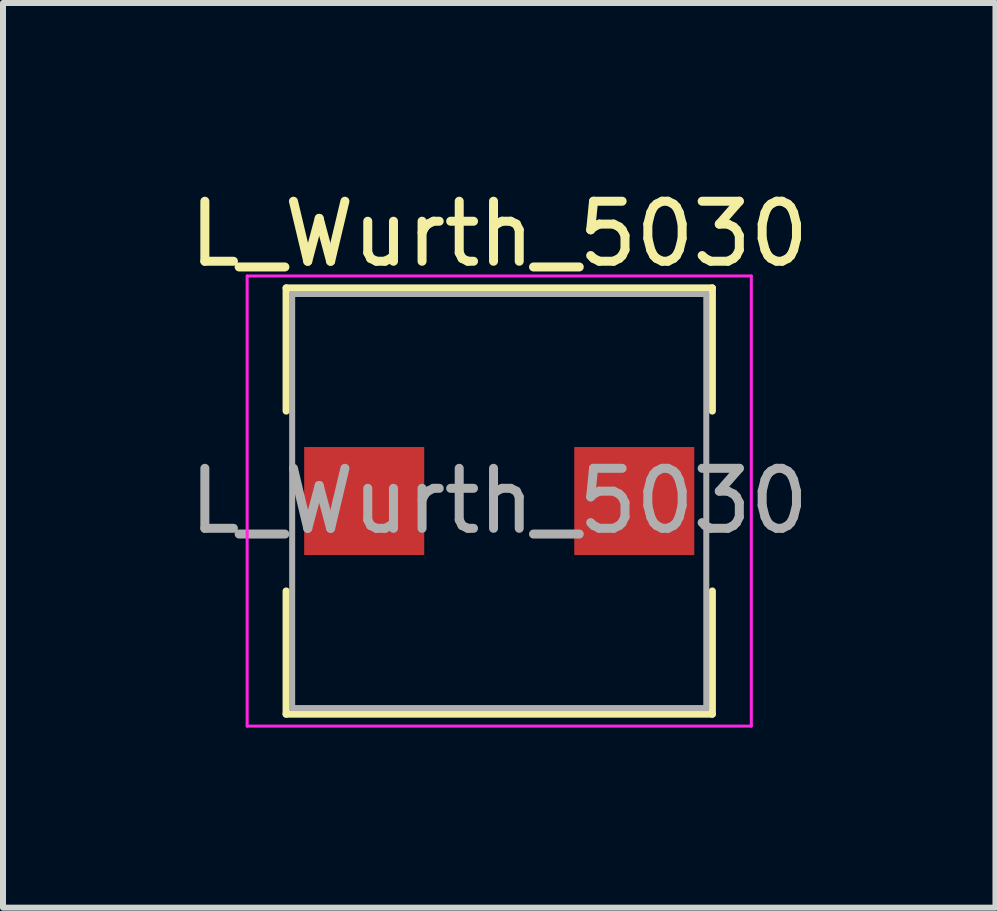
<source format=kicad_pcb>
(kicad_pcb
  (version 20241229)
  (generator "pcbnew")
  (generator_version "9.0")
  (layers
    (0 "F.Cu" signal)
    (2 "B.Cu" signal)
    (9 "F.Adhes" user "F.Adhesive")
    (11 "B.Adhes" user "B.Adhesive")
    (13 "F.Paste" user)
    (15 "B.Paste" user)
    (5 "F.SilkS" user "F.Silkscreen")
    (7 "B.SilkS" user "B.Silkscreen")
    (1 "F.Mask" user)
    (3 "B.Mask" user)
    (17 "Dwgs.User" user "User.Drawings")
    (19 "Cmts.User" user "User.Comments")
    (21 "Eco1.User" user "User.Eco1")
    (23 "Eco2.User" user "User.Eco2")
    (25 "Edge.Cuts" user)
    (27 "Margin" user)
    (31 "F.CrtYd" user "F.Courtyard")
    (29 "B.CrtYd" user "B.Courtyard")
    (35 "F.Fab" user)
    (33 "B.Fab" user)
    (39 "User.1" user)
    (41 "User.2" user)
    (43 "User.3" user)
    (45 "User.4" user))
  (footprint "L_Wurth_5030"
    (layer "F.Cu")
    (at 5.268 5.298)
    (property "Reference" "L_Wurth_5030" (at 0 -4.45 0) (layer "F.SilkS") (effects (font (size 1 1) (thickness 0.15))))
    (attr smd)
    (fp_line (start -3.55 -3.55) (end 3.55 -3.55) (stroke (width 0.12) (type solid)) (layer "F.SilkS"))
    (fp_line (start -3.55 -1.5) (end -3.55 -3.55) (stroke (width 0.12) (type solid)) (layer "F.SilkS"))
    (fp_line (start -3.55 1.5) (end -3.55 3.55) (stroke (width 0.12) (type solid)) (layer "F.SilkS"))
    (fp_line (start -3.55 3.55) (end 3.55 3.55) (stroke (width 0.12) (type solid)) (layer "F.SilkS"))
    (fp_line (start 3.55 -3.55) (end 3.55 -1.5) (stroke (width 0.12) (type solid)) (layer "F.SilkS"))
    (fp_line (start 3.55 3.55) (end 3.55 1.5) (stroke (width 0.12) (type solid)) (layer "F.SilkS"))
    (fp_line (start -4.2 -3.75) (end -4.2 3.75) (stroke (width 0.05) (type solid)) (layer "F.CrtYd"))
    (fp_line (start -4.2 3.75) (end 4.2 3.75) (stroke (width 0.05) (type solid)) (layer "F.CrtYd"))
    (fp_line (start 4.2 -3.75) (end -4.2 -3.75) (stroke (width 0.05) (type solid)) (layer "F.CrtYd"))
    (fp_line (start 4.2 3.75) (end 4.2 -3.75) (stroke (width 0.05) (type solid)) (layer "F.CrtYd"))
    (fp_line (start -3.45 -3.45) (end -3.45 3.45) (stroke (width 0.1) (type solid)) (layer "F.Fab"))
    (fp_line (start -3.45 3.45) (end 3.45 3.45) (stroke (width 0.1) (type solid)) (layer "F.Fab"))
    (fp_line (start 3.45 -3.45) (end -3.45 -3.45) (stroke (width 0.1) (type solid)) (layer "F.Fab"))
    (fp_line (start 3.45 3.45) (end 3.45 -3.45) (stroke (width 0.1) (type solid)) (layer "F.Fab"))
    (fp_text user "${REFERENCE}" (at 0 0 0) (layer "F.Fab") (effects (font (size 1 1) (thickness 0.15))))
    (pad "1" smd rect (at -2.25 0) (size 2 1.8) (layers "F.Cu" "F.Mask" "F.Paste"))
    (pad "2" smd rect (at 2.25 0) (size 2 1.8) (layers "F.Cu" "F.Mask" "F.Paste")))
  (gr_rect
    (start -3 -3)
    (end 13.536 12.073)
    (stroke (width 0.1) (type default))
    (fill no)
    (layer "Edge.Cuts")))
</source>
